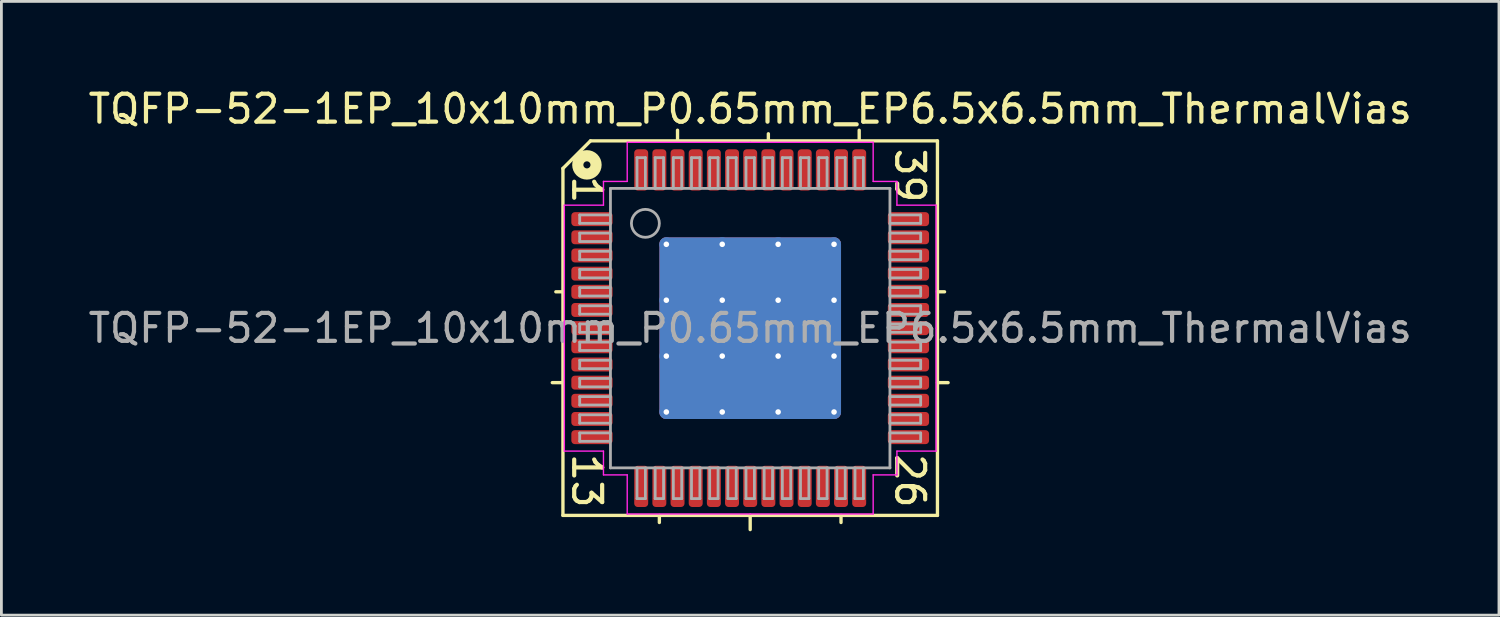
<source format=kicad_pcb>
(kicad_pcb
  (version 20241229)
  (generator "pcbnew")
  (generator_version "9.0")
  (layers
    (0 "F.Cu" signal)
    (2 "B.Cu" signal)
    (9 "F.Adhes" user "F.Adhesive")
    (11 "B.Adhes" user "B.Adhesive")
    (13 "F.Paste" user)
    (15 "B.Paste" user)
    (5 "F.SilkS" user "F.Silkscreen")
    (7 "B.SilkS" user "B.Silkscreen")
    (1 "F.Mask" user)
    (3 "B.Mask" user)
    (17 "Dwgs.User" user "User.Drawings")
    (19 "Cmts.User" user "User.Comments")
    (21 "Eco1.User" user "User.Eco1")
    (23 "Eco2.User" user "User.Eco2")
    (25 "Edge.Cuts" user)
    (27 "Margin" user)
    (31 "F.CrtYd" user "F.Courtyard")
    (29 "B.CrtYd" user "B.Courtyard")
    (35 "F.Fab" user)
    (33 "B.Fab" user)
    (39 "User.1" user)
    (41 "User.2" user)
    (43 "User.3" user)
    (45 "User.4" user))
  (footprint "TQFP-52-1EP_10x10mm_P0.65mm_EP6.5x6.5mm_ThermalVias"
    (layer "F.Cu")
    (at 23.792 8.691)
    (property "Reference" "TQFP-52-1EP_10x10mm_P0.65mm_EP6.5x6.5mm_ThermalVias" (at 0 -7.843 0) (layer "F.SilkS") (effects (font (size 1 1) (thickness 0.15))))
    (attr smd)
    (fp_line (start -6.7 -5.715) (end -6.7 6.7) (stroke (width 0.12) (type solid)) (layer "F.SilkS"))
    (fp_line (start -6.7 -1.3) (end -6.954 -1.3) (stroke (width 0.12) (type solid)) (layer "F.SilkS"))
    (fp_line (start -6.7 1.95) (end -7.081 1.95) (stroke (width 0.12) (type solid)) (layer "F.SilkS"))
    (fp_line (start -6.7 6.7) (end 6.7 6.7) (stroke (width 0.12) (type solid)) (layer "F.SilkS"))
    (fp_line (start -5.715 -6.7) (end -6.7 -5.715) (stroke (width 0.12) (type solid)) (layer "F.SilkS"))
    (fp_line (start -3.25 6.7) (end -3.25 6.954) (stroke (width 0.12) (type solid)) (layer "F.SilkS"))
    (fp_line (start -2.6 -6.7) (end -2.6 -7.081) (stroke (width 0.12) (type solid)) (layer "F.SilkS"))
    (fp_line (start 0 6.7) (end 0 7.208) (stroke (width 0.12) (type solid)) (layer "F.SilkS"))
    (fp_line (start 0.65 -6.7) (end 0.65 -6.954) (stroke (width 0.12) (type solid)) (layer "F.SilkS"))
    (fp_line (start 3.25 6.7) (end 3.25 6.954) (stroke (width 0.12) (type solid)) (layer "F.SilkS"))
    (fp_line (start 3.9 -6.7) (end 3.9 -7.081) (stroke (width 0.12) (type solid)) (layer "F.SilkS"))
    (fp_line (start 6.7 -6.7) (end -5.715 -6.7) (stroke (width 0.12) (type solid)) (layer "F.SilkS"))
    (fp_line (start 6.7 -1.3) (end 6.954 -1.3) (stroke (width 0.12) (type solid)) (layer "F.SilkS"))
    (fp_line (start 6.7 1.95) (end 7.081 1.95) (stroke (width 0.12) (type solid)) (layer "F.SilkS"))
    (fp_line (start 6.7 6.7) (end 6.7 -6.7) (stroke (width 0.12) (type solid)) (layer "F.SilkS"))
    (fp_circle (center -5.842 -5.842) (end -5.715 -5.842) (stroke (width 0.4) (type solid)) (fill no) (layer "F.SilkS"))
    (fp_line (start -6.65 -4.4) (end -6.65 0) (stroke (width 0.05) (type solid)) (layer "F.CrtYd"))
    (fp_line (start -6.65 4.4) (end -6.65 0) (stroke (width 0.05) (type solid)) (layer "F.CrtYd"))
    (fp_line (start -5.25 -5.25) (end -5.25 -4.4) (stroke (width 0.05) (type solid)) (layer "F.CrtYd"))
    (fp_line (start -5.25 -4.4) (end -6.65 -4.4) (stroke (width 0.05) (type solid)) (layer "F.CrtYd"))
    (fp_line (start -5.25 4.4) (end -6.65 4.4) (stroke (width 0.05) (type solid)) (layer "F.CrtYd"))
    (fp_line (start -5.25 5.25) (end -5.25 4.4) (stroke (width 0.05) (type solid)) (layer "F.CrtYd"))
    (fp_line (start -4.4 -6.65) (end -4.4 -5.25) (stroke (width 0.05) (type solid)) (layer "F.CrtYd"))
    (fp_line (start -4.4 -5.25) (end -5.25 -5.25) (stroke (width 0.05) (type solid)) (layer "F.CrtYd"))
    (fp_line (start -4.4 5.25) (end -5.25 5.25) (stroke (width 0.05) (type solid)) (layer "F.CrtYd"))
    (fp_line (start -4.4 6.65) (end -4.4 5.25) (stroke (width 0.05) (type solid)) (layer "F.CrtYd"))
    (fp_line (start 0 -6.65) (end -4.4 -6.65) (stroke (width 0.05) (type solid)) (layer "F.CrtYd"))
    (fp_line (start 0 -6.65) (end 4.4 -6.65) (stroke (width 0.05) (type solid)) (layer "F.CrtYd"))
    (fp_line (start 0 6.65) (end -4.4 6.65) (stroke (width 0.05) (type solid)) (layer "F.CrtYd"))
    (fp_line (start 0 6.65) (end 4.4 6.65) (stroke (width 0.05) (type solid)) (layer "F.CrtYd"))
    (fp_line (start 4.4 -6.65) (end 4.4 -5.25) (stroke (width 0.05) (type solid)) (layer "F.CrtYd"))
    (fp_line (start 4.4 -5.25) (end 5.25 -5.25) (stroke (width 0.05) (type solid)) (layer "F.CrtYd"))
    (fp_line (start 4.4 5.25) (end 5.25 5.25) (stroke (width 0.05) (type solid)) (layer "F.CrtYd"))
    (fp_line (start 4.4 6.65) (end 4.4 5.25) (stroke (width 0.05) (type solid)) (layer "F.CrtYd"))
    (fp_line (start 5.25 -5.25) (end 5.25 -4.4) (stroke (width 0.05) (type solid)) (layer "F.CrtYd"))
    (fp_line (start 5.25 -4.4) (end 6.65 -4.4) (stroke (width 0.05) (type solid)) (layer "F.CrtYd"))
    (fp_line (start 5.25 4.4) (end 6.65 4.4) (stroke (width 0.05) (type solid)) (layer "F.CrtYd"))
    (fp_line (start 5.25 5.25) (end 5.25 4.4) (stroke (width 0.05) (type solid)) (layer "F.CrtYd"))
    (fp_line (start 6.65 -4.4) (end 6.65 0) (stroke (width 0.05) (type solid)) (layer "F.CrtYd"))
    (fp_line (start 6.65 4.4) (end 6.65 0) (stroke (width 0.05) (type solid)) (layer "F.CrtYd"))
    (fp_line (start -6.1 -4.05) (end -6.1 -3.75) (stroke (width 0.1) (type solid)) (layer "F.Fab"))
    (fp_line (start -6.1 -4.05) (end -5 -4.05) (stroke (width 0.1) (type solid)) (layer "F.Fab"))
    (fp_line (start -6.1 -3.75) (end -5 -3.75) (stroke (width 0.1) (type solid)) (layer "F.Fab"))
    (fp_line (start -6.1 -3.4) (end -6.1 -3.1) (stroke (width 0.1) (type solid)) (layer "F.Fab"))
    (fp_line (start -6.1 -3.4) (end -5 -3.4) (stroke (width 0.1) (type solid)) (layer "F.Fab"))
    (fp_line (start -6.1 -3.1) (end -5 -3.1) (stroke (width 0.1) (type solid)) (layer "F.Fab"))
    (fp_line (start -6.1 -2.75) (end -6.1 -2.45) (stroke (width 0.1) (type solid)) (layer "F.Fab"))
    (fp_line (start -6.1 -2.75) (end -5 -2.75) (stroke (width 0.1) (type solid)) (layer "F.Fab"))
    (fp_line (start -6.1 -2.45) (end -5 -2.45) (stroke (width 0.1) (type solid)) (layer "F.Fab"))
    (fp_line (start -6.1 -2.1) (end -6.1 -1.8) (stroke (width 0.1) (type solid)) (layer "F.Fab"))
    (fp_line (start -6.1 -2.1) (end -5 -2.1) (stroke (width 0.1) (type solid)) (layer "F.Fab"))
    (fp_line (start -6.1 -1.8) (end -5 -1.8) (stroke (width 0.1) (type solid)) (layer "F.Fab"))
    (fp_line (start -6.1 -1.45) (end -6.1 -1.15) (stroke (width 0.1) (type solid)) (layer "F.Fab"))
    (fp_line (start -6.1 -1.45) (end -5 -1.45) (stroke (width 0.1) (type solid)) (layer "F.Fab"))
    (fp_line (start -6.1 -1.15) (end -5 -1.15) (stroke (width 0.1) (type solid)) (layer "F.Fab"))
    (fp_line (start -6.1 -0.8) (end -6.1 -0.5) (stroke (width 0.1) (type solid)) (layer "F.Fab"))
    (fp_line (start -6.1 -0.8) (end -5 -0.8) (stroke (width 0.1) (type solid)) (layer "F.Fab"))
    (fp_line (start -6.1 -0.5) (end -5 -0.5) (stroke (width 0.1) (type solid)) (layer "F.Fab"))
    (fp_line (start -6.1 -0.15) (end -6.1 0.15) (stroke (width 0.1) (type solid)) (layer "F.Fab"))
    (fp_line (start -6.1 -0.15) (end -5 -0.15) (stroke (width 0.1) (type solid)) (layer "F.Fab"))
    (fp_line (start -6.1 0.15) (end -5 0.15) (stroke (width 0.1) (type solid)) (layer "F.Fab"))
    (fp_line (start -6.1 0.5) (end -6.1 0.8) (stroke (width 0.1) (type solid)) (layer "F.Fab"))
    (fp_line (start -6.1 0.5) (end -5 0.5) (stroke (width 0.1) (type solid)) (layer "F.Fab"))
    (fp_line (start -6.1 0.8) (end -5 0.8) (stroke (width 0.1) (type solid)) (layer "F.Fab"))
    (fp_line (start -6.1 1.15) (end -6.1 1.45) (stroke (width 0.1) (type solid)) (layer "F.Fab"))
    (fp_line (start -6.1 1.15) (end -5 1.15) (stroke (width 0.1) (type solid)) (layer "F.Fab"))
    (fp_line (start -6.1 1.45) (end -5 1.45) (stroke (width 0.1) (type solid)) (layer "F.Fab"))
    (fp_line (start -6.1 1.8) (end -6.1 2.1) (stroke (width 0.1) (type solid)) (layer "F.Fab"))
    (fp_line (start -6.1 1.8) (end -5 1.8) (stroke (width 0.1) (type solid)) (layer "F.Fab"))
    (fp_line (start -6.1 2.1) (end -5 2.1) (stroke (width 0.1) (type solid)) (layer "F.Fab"))
    (fp_line (start -6.1 2.45) (end -6.1 2.75) (stroke (width 0.1) (type solid)) (layer "F.Fab"))
    (fp_line (start -6.1 2.45) (end -5 2.45) (stroke (width 0.1) (type solid)) (layer "F.Fab"))
    (fp_line (start -6.1 2.75) (end -5 2.75) (stroke (width 0.1) (type solid)) (layer "F.Fab"))
    (fp_line (start -6.1 3.1) (end -6.1 3.4) (stroke (width 0.1) (type solid)) (layer "F.Fab"))
    (fp_line (start -6.1 3.1) (end -5 3.1) (stroke (width 0.1) (type solid)) (layer "F.Fab"))
    (fp_line (start -6.1 3.4) (end -5 3.4) (stroke (width 0.1) (type solid)) (layer "F.Fab"))
    (fp_line (start -6.1 3.75) (end -6.1 4.05) (stroke (width 0.1) (type solid)) (layer "F.Fab"))
    (fp_line (start -6.1 3.75) (end -5 3.75) (stroke (width 0.1) (type solid)) (layer "F.Fab"))
    (fp_line (start -6.1 4.05) (end -5 4.05) (stroke (width 0.1) (type solid)) (layer "F.Fab"))
    (fp_line (start -5 -5) (end 5 -5) (stroke (width 0.1) (type solid)) (layer "F.Fab"))
    (fp_line (start -5 5) (end -5 -5) (stroke (width 0.1) (type solid)) (layer "F.Fab"))
    (fp_line (start -4.05 -6.1) (end -4.05 -5) (stroke (width 0.1) (type solid)) (layer "F.Fab"))
    (fp_line (start -4.05 6.1) (end -4.05 5) (stroke (width 0.1) (type solid)) (layer "F.Fab"))
    (fp_line (start -4.05 6.1) (end -3.75 6.1) (stroke (width 0.1) (type solid)) (layer "F.Fab"))
    (fp_line (start -3.75 -6.1) (end -4.05 -6.1) (stroke (width 0.1) (type solid)) (layer "F.Fab"))
    (fp_line (start -3.75 -6.1) (end -3.75 -5) (stroke (width 0.1) (type solid)) (layer "F.Fab"))
    (fp_line (start -3.75 6.1) (end -3.75 5) (stroke (width 0.1) (type solid)) (layer "F.Fab"))
    (fp_line (start -3.4 -6.1) (end -3.4 -5) (stroke (width 0.1) (type solid)) (layer "F.Fab"))
    (fp_line (start -3.4 6.1) (end -3.4 5) (stroke (width 0.1) (type solid)) (layer "F.Fab"))
    (fp_line (start -3.4 6.1) (end -3.1 6.1) (stroke (width 0.1) (type solid)) (layer "F.Fab"))
    (fp_line (start -3.1 -6.1) (end -3.4 -6.1) (stroke (width 0.1) (type solid)) (layer "F.Fab"))
    (fp_line (start -3.1 -6.1) (end -3.1 -5) (stroke (width 0.1) (type solid)) (layer "F.Fab"))
    (fp_line (start -3.1 6.1) (end -3.1 5) (stroke (width 0.1) (type solid)) (layer "F.Fab"))
    (fp_line (start -2.75 -6.1) (end -2.75 -5) (stroke (width 0.1) (type solid)) (layer "F.Fab"))
    (fp_line (start -2.75 6.1) (end -2.75 5) (stroke (width 0.1) (type solid)) (layer "F.Fab"))
    (fp_line (start -2.75 6.1) (end -2.45 6.1) (stroke (width 0.1) (type solid)) (layer "F.Fab"))
    (fp_line (start -2.45 -6.1) (end -2.75 -6.1) (stroke (width 0.1) (type solid)) (layer "F.Fab"))
    (fp_line (start -2.45 -6.1) (end -2.45 -5) (stroke (width 0.1) (type solid)) (layer "F.Fab"))
    (fp_line (start -2.45 6.1) (end -2.45 5) (stroke (width 0.1) (type solid)) (layer "F.Fab"))
    (fp_line (start -2.1 -6.1) (end -2.1 -5) (stroke (width 0.1) (type solid)) (layer "F.Fab"))
    (fp_line (start -2.1 6.1) (end -2.1 5) (stroke (width 0.1) (type solid)) (layer "F.Fab"))
    (fp_line (start -2.1 6.1) (end -1.8 6.1) (stroke (width 0.1) (type solid)) (layer "F.Fab"))
    (fp_line (start -1.8 -6.1) (end -2.1 -6.1) (stroke (width 0.1) (type solid)) (layer "F.Fab"))
    (fp_line (start -1.8 -6.1) (end -1.8 -5) (stroke (width 0.1) (type solid)) (layer "F.Fab"))
    (fp_line (start -1.8 6.1) (end -1.8 5) (stroke (width 0.1) (type solid)) (layer "F.Fab"))
    (fp_line (start -1.45 -6.1) (end -1.45 -5) (stroke (width 0.1) (type solid)) (layer "F.Fab"))
    (fp_line (start -1.45 6.1) (end -1.45 5) (stroke (width 0.1) (type solid)) (layer "F.Fab"))
    (fp_line (start -1.45 6.1) (end -1.15 6.1) (stroke (width 0.1) (type solid)) (layer "F.Fab"))
    (fp_line (start -1.15 -6.1) (end -1.45 -6.1) (stroke (width 0.1) (type solid)) (layer "F.Fab"))
    (fp_line (start -1.15 -6.1) (end -1.15 -5) (stroke (width 0.1) (type solid)) (layer "F.Fab"))
    (fp_line (start -1.15 6.1) (end -1.15 5) (stroke (width 0.1) (type solid)) (layer "F.Fab"))
    (fp_line (start -0.8 -6.1) (end -0.8 -5) (stroke (width 0.1) (type solid)) (layer "F.Fab"))
    (fp_line (start -0.8 6.1) (end -0.8 5) (stroke (width 0.1) (type solid)) (layer "F.Fab"))
    (fp_line (start -0.8 6.1) (end -0.5 6.1) (stroke (width 0.1) (type solid)) (layer "F.Fab"))
    (fp_line (start -0.5 -6.1) (end -0.8 -6.1) (stroke (width 0.1) (type solid)) (layer "F.Fab"))
    (fp_line (start -0.5 -6.1) (end -0.5 -5) (stroke (width 0.1) (type solid)) (layer "F.Fab"))
    (fp_line (start -0.5 6.1) (end -0.5 5) (stroke (width 0.1) (type solid)) (layer "F.Fab"))
    (fp_line (start -0.15 -6.1) (end -0.15 -5) (stroke (width 0.1) (type solid)) (layer "F.Fab"))
    (fp_line (start -0.15 6.1) (end -0.15 5) (stroke (width 0.1) (type solid)) (layer "F.Fab"))
    (fp_line (start -0.15 6.1) (end 0.15 6.1) (stroke (width 0.1) (type solid)) (layer "F.Fab"))
    (fp_line (start 0.15 -6.1) (end -0.15 -6.1) (stroke (width 0.1) (type solid)) (layer "F.Fab"))
    (fp_line (start 0.15 -6.1) (end 0.15 -5) (stroke (width 0.1) (type solid)) (layer "F.Fab"))
    (fp_line (start 0.15 6.1) (end 0.15 5) (stroke (width 0.1) (type solid)) (layer "F.Fab"))
    (fp_line (start 0.5 -6.1) (end 0.5 -5) (stroke (width 0.1) (type solid)) (layer "F.Fab"))
    (fp_line (start 0.5 6.1) (end 0.5 5) (stroke (width 0.1) (type solid)) (layer "F.Fab"))
    (fp_line (start 0.5 6.1) (end 0.8 6.1) (stroke (width 0.1) (type solid)) (layer "F.Fab"))
    (fp_line (start 0.8 -6.1) (end 0.5 -6.1) (stroke (width 0.1) (type solid)) (layer "F.Fab"))
    (fp_line (start 0.8 -6.1) (end 0.8 -5) (stroke (width 0.1) (type solid)) (layer "F.Fab"))
    (fp_line (start 0.8 6.1) (end 0.8 5) (stroke (width 0.1) (type solid)) (layer "F.Fab"))
    (fp_line (start 1.15 -6.1) (end 1.15 -5) (stroke (width 0.1) (type solid)) (layer "F.Fab"))
    (fp_line (start 1.15 6.1) (end 1.15 5) (stroke (width 0.1) (type solid)) (layer "F.Fab"))
    (fp_line (start 1.15 6.1) (end 1.45 6.1) (stroke (width 0.1) (type solid)) (layer "F.Fab"))
    (fp_line (start 1.45 -6.1) (end 1.15 -6.1) (stroke (width 0.1) (type solid)) (layer "F.Fab"))
    (fp_line (start 1.45 -6.1) (end 1.45 -5) (stroke (width 0.1) (type solid)) (layer "F.Fab"))
    (fp_line (start 1.45 6.1) (end 1.45 5) (stroke (width 0.1) (type solid)) (layer "F.Fab"))
    (fp_line (start 1.8 -6.1) (end 1.8 -5) (stroke (width 0.1) (type solid)) (layer "F.Fab"))
    (fp_line (start 1.8 6.1) (end 1.8 5) (stroke (width 0.1) (type solid)) (layer "F.Fab"))
    (fp_line (start 1.8 6.1) (end 2.1 6.1) (stroke (width 0.1) (type solid)) (layer "F.Fab"))
    (fp_line (start 2.1 -6.1) (end 1.8 -6.1) (stroke (width 0.1) (type solid)) (layer "F.Fab"))
    (fp_line (start 2.1 -6.1) (end 2.1 -5) (stroke (width 0.1) (type solid)) (layer "F.Fab"))
    (fp_line (start 2.1 6.1) (end 2.1 5) (stroke (width 0.1) (type solid)) (layer "F.Fab"))
    (fp_line (start 2.45 -6.1) (end 2.45 -5) (stroke (width 0.1) (type solid)) (layer "F.Fab"))
    (fp_line (start 2.45 6.1) (end 2.45 5) (stroke (width 0.1) (type solid)) (layer "F.Fab"))
    (fp_line (start 2.45 6.1) (end 2.75 6.1) (stroke (width 0.1) (type solid)) (layer "F.Fab"))
    (fp_line (start 2.75 -6.1) (end 2.45 -6.1) (stroke (width 0.1) (type solid)) (layer "F.Fab"))
    (fp_line (start 2.75 -6.1) (end 2.75 -5) (stroke (width 0.1) (type solid)) (layer "F.Fab"))
    (fp_line (start 2.75 6.1) (end 2.75 5) (stroke (width 0.1) (type solid)) (layer "F.Fab"))
    (fp_line (start 3.1 -6.1) (end 3.1 -5) (stroke (width 0.1) (type solid)) (layer "F.Fab"))
    (fp_line (start 3.1 6.1) (end 3.1 5) (stroke (width 0.1) (type solid)) (layer "F.Fab"))
    (fp_line (start 3.1 6.1) (end 3.4 6.1) (stroke (width 0.1) (type solid)) (layer "F.Fab"))
    (fp_line (start 3.4 -6.1) (end 3.1 -6.1) (stroke (width 0.1) (type solid)) (layer "F.Fab"))
    (fp_line (start 3.4 -6.1) (end 3.4 -5) (stroke (width 0.1) (type solid)) (layer "F.Fab"))
    (fp_line (start 3.4 6.1) (end 3.4 5) (stroke (width 0.1) (type solid)) (layer "F.Fab"))
    (fp_line (start 3.75 -6.1) (end 3.75 -5) (stroke (width 0.1) (type solid)) (layer "F.Fab"))
    (fp_line (start 3.75 6.1) (end 3.75 5) (stroke (width 0.1) (type solid)) (layer "F.Fab"))
    (fp_line (start 3.75 6.1) (end 4.05 6.1) (stroke (width 0.1) (type solid)) (layer "F.Fab"))
    (fp_line (start 4.05 -6.1) (end 3.75 -6.1) (stroke (width 0.1) (type solid)) (layer "F.Fab"))
    (fp_line (start 4.05 -6.1) (end 4.05 -5) (stroke (width 0.1) (type solid)) (layer "F.Fab"))
    (fp_line (start 4.05 6.1) (end 4.05 5) (stroke (width 0.1) (type solid)) (layer "F.Fab"))
    (fp_line (start 5 -5) (end 5 5) (stroke (width 0.1) (type solid)) (layer "F.Fab"))
    (fp_line (start 5 5) (end -5 5) (stroke (width 0.1) (type solid)) (layer "F.Fab"))
    (fp_line (start 6.1 -4.05) (end 5 -4.05) (stroke (width 0.1) (type solid)) (layer "F.Fab"))
    (fp_line (start 6.1 -3.75) (end 5 -3.75) (stroke (width 0.1) (type solid)) (layer "F.Fab"))
    (fp_line (start 6.1 -3.75) (end 6.1 -4.05) (stroke (width 0.1) (type solid)) (layer "F.Fab"))
    (fp_line (start 6.1 -3.4) (end 5 -3.4) (stroke (width 0.1) (type solid)) (layer "F.Fab"))
    (fp_line (start 6.1 -3.1) (end 5 -3.1) (stroke (width 0.1) (type solid)) (layer "F.Fab"))
    (fp_line (start 6.1 -3.1) (end 6.1 -3.4) (stroke (width 0.1) (type solid)) (layer "F.Fab"))
    (fp_line (start 6.1 -2.75) (end 5 -2.75) (stroke (width 0.1) (type solid)) (layer "F.Fab"))
    (fp_line (start 6.1 -2.45) (end 5 -2.45) (stroke (width 0.1) (type solid)) (layer "F.Fab"))
    (fp_line (start 6.1 -2.45) (end 6.1 -2.75) (stroke (width 0.1) (type solid)) (layer "F.Fab"))
    (fp_line (start 6.1 -2.1) (end 5 -2.1) (stroke (width 0.1) (type solid)) (layer "F.Fab"))
    (fp_line (start 6.1 -1.8) (end 5 -1.8) (stroke (width 0.1) (type solid)) (layer "F.Fab"))
    (fp_line (start 6.1 -1.8) (end 6.1 -2.1) (stroke (width 0.1) (type solid)) (layer "F.Fab"))
    (fp_line (start 6.1 -1.45) (end 5 -1.45) (stroke (width 0.1) (type solid)) (layer "F.Fab"))
    (fp_line (start 6.1 -1.15) (end 5 -1.15) (stroke (width 0.1) (type solid)) (layer "F.Fab"))
    (fp_line (start 6.1 -1.15) (end 6.1 -1.45) (stroke (width 0.1) (type solid)) (layer "F.Fab"))
    (fp_line (start 6.1 -0.8) (end 5 -0.8) (stroke (width 0.1) (type solid)) (layer "F.Fab"))
    (fp_line (start 6.1 -0.5) (end 5 -0.5) (stroke (width 0.1) (type solid)) (layer "F.Fab"))
    (fp_line (start 6.1 -0.5) (end 6.1 -0.8) (stroke (width 0.1) (type solid)) (layer "F.Fab"))
    (fp_line (start 6.1 -0.15) (end 5 -0.15) (stroke (width 0.1) (type solid)) (layer "F.Fab"))
    (fp_line (start 6.1 0.15) (end 5 0.15) (stroke (width 0.1) (type solid)) (layer "F.Fab"))
    (fp_line (start 6.1 0.15) (end 6.1 -0.15) (stroke (width 0.1) (type solid)) (layer "F.Fab"))
    (fp_line (start 6.1 0.5) (end 5 0.5) (stroke (width 0.1) (type solid)) (layer "F.Fab"))
    (fp_line (start 6.1 0.8) (end 5 0.8) (stroke (width 0.1) (type solid)) (layer "F.Fab"))
    (fp_line (start 6.1 0.8) (end 6.1 0.5) (stroke (width 0.1) (type solid)) (layer "F.Fab"))
    (fp_line (start 6.1 1.15) (end 5 1.15) (stroke (width 0.1) (type solid)) (layer "F.Fab"))
    (fp_line (start 6.1 1.45) (end 5 1.45) (stroke (width 0.1) (type solid)) (layer "F.Fab"))
    (fp_line (start 6.1 1.45) (end 6.1 1.15) (stroke (width 0.1) (type solid)) (layer "F.Fab"))
    (fp_line (start 6.1 1.8) (end 5 1.8) (stroke (width 0.1) (type solid)) (layer "F.Fab"))
    (fp_line (start 6.1 2.1) (end 5 2.1) (stroke (width 0.1) (type solid)) (layer "F.Fab"))
    (fp_line (start 6.1 2.1) (end 6.1 1.8) (stroke (width 0.1) (type solid)) (layer "F.Fab"))
    (fp_line (start 6.1 2.45) (end 5 2.45) (stroke (width 0.1) (type solid)) (layer "F.Fab"))
    (fp_line (start 6.1 2.75) (end 5 2.75) (stroke (width 0.1) (type solid)) (layer "F.Fab"))
    (fp_line (start 6.1 2.75) (end 6.1 2.45) (stroke (width 0.1) (type solid)) (layer "F.Fab"))
    (fp_line (start 6.1 3.1) (end 5 3.1) (stroke (width 0.1) (type solid)) (layer "F.Fab"))
    (fp_line (start 6.1 3.4) (end 5 3.4) (stroke (width 0.1) (type solid)) (layer "F.Fab"))
    (fp_line (start 6.1 3.4) (end 6.1 3.1) (stroke (width 0.1) (type solid)) (layer "F.Fab"))
    (fp_line (start 6.1 3.75) (end 5 3.75) (stroke (width 0.1) (type solid)) (layer "F.Fab"))
    (fp_line (start 6.1 4.05) (end 5 4.05) (stroke (width 0.1) (type solid)) (layer "F.Fab"))
    (fp_line (start 6.1 4.05) (end 6.1 3.75) (stroke (width 0.1) (type solid)) (layer "F.Fab"))
    (fp_circle (center -3.75 -3.75) (end -3.25 -3.75) (stroke (width 0.1) (type solid)) (fill no) (layer "F.Fab"))
    (fp_text user "1" (at -5.842 -4.953 270) (unlocked yes) (layer "F.SilkS") (effects (font (size 1 1) (thickness 0.15))))
    (fp_text user "26" (at 5.715 5.461 270) (unlocked yes) (layer "F.SilkS") (effects (font (size 1 1) (thickness 0.15))))
    (fp_text user "13" (at -5.842 5.461 270) (unlocked yes) (layer "F.SilkS") (effects (font (size 1 1) (thickness 0.15))))
    (fp_text user "39" (at 5.715 -5.461 270) (unlocked yes) (layer "F.SilkS") (effects (font (size 1 1) (thickness 0.15))))
    (fp_text user "${REFERENCE}" (at 0 0 0) (layer "F.Fab") (effects (font (size 1 1) (thickness 0.15))))
    (pad "" smd roundrect (at -2 -2) (size 1.747 1.747) (layers "F.Paste") (roundrect_rratio 0.143))
    (pad "" smd roundrect (at -2 0) (size 1.747 1.747) (layers "F.Paste") (roundrect_rratio 0.143))
    (pad "" smd roundrect (at -2 2) (size 1.747 1.747) (layers "F.Paste") (roundrect_rratio 0.143))
    (pad "" smd roundrect (at 0 -2) (size 1.747 1.747) (layers "F.Paste") (roundrect_rratio 0.143))
    (pad "" smd roundrect (at 0 0) (size 1.747 1.747) (layers "F.Paste") (roundrect_rratio 0.143))
    (pad "" smd roundrect (at 0 2) (size 1.747 1.747) (layers "F.Paste") (roundrect_rratio 0.143))
    (pad "" smd roundrect (at 2 -2) (size 1.747 1.747) (layers "F.Paste") (roundrect_rratio 0.143))
    (pad "" smd roundrect (at 2 0) (size 1.747 1.747) (layers "F.Paste") (roundrect_rratio 0.143))
    (pad "" smd roundrect (at 2 2) (size 1.747 1.747) (layers "F.Paste") (roundrect_rratio 0.143))
    (pad "1" smd roundrect (at -5.662 -3.9) (size 1.475 0.5) (layers "F.Cu" "F.Mask" "F.Paste") (roundrect_rratio 0.25))
    (pad "2" smd roundrect (at -5.662 -3.25) (size 1.475 0.5) (layers "F.Cu" "F.Mask" "F.Paste") (roundrect_rratio 0.25))
    (pad "3" smd roundrect (at -5.662 -2.6) (size 1.475 0.5) (layers "F.Cu" "F.Mask" "F.Paste") (roundrect_rratio 0.25))
    (pad "4" smd roundrect (at -5.662 -1.95) (size 1.475 0.5) (layers "F.Cu" "F.Mask" "F.Paste") (roundrect_rratio 0.25))
    (pad "5" smd roundrect (at -5.662 -1.3) (size 1.475 0.5) (layers "F.Cu" "F.Mask" "F.Paste") (roundrect_rratio 0.25))
    (pad "6" smd roundrect (at -5.662 -0.65) (size 1.475 0.5) (layers "F.Cu" "F.Mask" "F.Paste") (roundrect_rratio 0.25))
    (pad "7" smd roundrect (at -5.662 0) (size 1.475 0.5) (layers "F.Cu" "F.Mask" "F.Paste") (roundrect_rratio 0.25))
    (pad "8" smd roundrect (at -5.662 0.65) (size 1.475 0.5) (layers "F.Cu" "F.Mask" "F.Paste") (roundrect_rratio 0.25))
    (pad "9" smd roundrect (at -5.662 1.3) (size 1.475 0.5) (layers "F.Cu" "F.Mask" "F.Paste") (roundrect_rratio 0.25))
    (pad "10" smd roundrect (at -5.662 1.95) (size 1.475 0.5) (layers "F.Cu" "F.Mask" "F.Paste") (roundrect_rratio 0.25))
    (pad "11" smd roundrect (at -5.662 2.6) (size 1.475 0.5) (layers "F.Cu" "F.Mask" "F.Paste") (roundrect_rratio 0.25))
    (pad "12" smd roundrect (at -5.662 3.25) (size 1.475 0.5) (layers "F.Cu" "F.Mask" "F.Paste") (roundrect_rratio 0.25))
    (pad "13" smd roundrect (at -5.662 3.9) (size 1.475 0.5) (layers "F.Cu" "F.Mask" "F.Paste") (roundrect_rratio 0.25))
    (pad "14" smd roundrect (at -3.9 5.662) (size 0.5 1.475) (layers "F.Cu" "F.Mask" "F.Paste") (roundrect_rratio 0.25))
    (pad "15" smd roundrect (at -3.25 5.662) (size 0.5 1.475) (layers "F.Cu" "F.Mask" "F.Paste") (roundrect_rratio 0.25))
    (pad "16" smd roundrect (at -2.6 5.662) (size 0.5 1.475) (layers "F.Cu" "F.Mask" "F.Paste") (roundrect_rratio 0.25))
    (pad "17" smd roundrect (at -1.95 5.662) (size 0.5 1.475) (layers "F.Cu" "F.Mask" "F.Paste") (roundrect_rratio 0.25))
    (pad "18" smd roundrect (at -1.3 5.662) (size 0.5 1.475) (layers "F.Cu" "F.Mask" "F.Paste") (roundrect_rratio 0.25))
    (pad "19" smd roundrect (at -0.65 5.662) (size 0.5 1.475) (layers "F.Cu" "F.Mask" "F.Paste") (roundrect_rratio 0.25))
    (pad "20" smd roundrect (at 0 5.662) (size 0.5 1.475) (layers "F.Cu" "F.Mask" "F.Paste") (roundrect_rratio 0.25))
    (pad "21" smd roundrect (at 0.65 5.662) (size 0.5 1.475) (layers "F.Cu" "F.Mask" "F.Paste") (roundrect_rratio 0.25))
    (pad "22" smd roundrect (at 1.3 5.662) (size 0.5 1.475) (layers "F.Cu" "F.Mask" "F.Paste") (roundrect_rratio 0.25))
    (pad "23" smd roundrect (at 1.95 5.662) (size 0.5 1.475) (layers "F.Cu" "F.Mask" "F.Paste") (roundrect_rratio 0.25))
    (pad "24" smd roundrect (at 2.6 5.662) (size 0.5 1.475) (layers "F.Cu" "F.Mask" "F.Paste") (roundrect_rratio 0.25))
    (pad "25" smd roundrect (at 3.25 5.662) (size 0.5 1.475) (layers "F.Cu" "F.Mask" "F.Paste") (roundrect_rratio 0.25))
    (pad "26" smd roundrect (at 3.9 5.662) (size 0.5 1.475) (layers "F.Cu" "F.Mask" "F.Paste") (roundrect_rratio 0.25))
    (pad "27" smd roundrect (at 5.662 3.9) (size 1.475 0.5) (layers "F.Cu" "F.Mask" "F.Paste") (roundrect_rratio 0.25))
    (pad "28" smd roundrect (at 5.662 3.25) (size 1.475 0.5) (layers "F.Cu" "F.Mask" "F.Paste") (roundrect_rratio 0.25))
    (pad "29" smd roundrect (at 5.662 2.6) (size 1.475 0.5) (layers "F.Cu" "F.Mask" "F.Paste") (roundrect_rratio 0.25))
    (pad "30" smd roundrect (at 5.662 1.95) (size 1.475 0.5) (layers "F.Cu" "F.Mask" "F.Paste") (roundrect_rratio 0.25))
    (pad "31" smd roundrect (at 5.662 1.3) (size 1.475 0.5) (layers "F.Cu" "F.Mask" "F.Paste") (roundrect_rratio 0.25))
    (pad "32" smd roundrect (at 5.662 0.65) (size 1.475 0.5) (layers "F.Cu" "F.Mask" "F.Paste") (roundrect_rratio 0.25))
    (pad "33" smd roundrect (at 5.662 0) (size 1.475 0.5) (layers "F.Cu" "F.Mask" "F.Paste") (roundrect_rratio 0.25))
    (pad "34" smd roundrect (at 5.662 -0.65) (size 1.475 0.5) (layers "F.Cu" "F.Mask" "F.Paste") (roundrect_rratio 0.25))
    (pad "35" smd roundrect (at 5.662 -1.3) (size 1.475 0.5) (layers "F.Cu" "F.Mask" "F.Paste") (roundrect_rratio 0.25))
    (pad "36" smd roundrect (at 5.662 -1.95) (size 1.475 0.5) (layers "F.Cu" "F.Mask" "F.Paste") (roundrect_rratio 0.25))
    (pad "37" smd roundrect (at 5.662 -2.6) (size 1.475 0.5) (layers "F.Cu" "F.Mask" "F.Paste") (roundrect_rratio 0.25))
    (pad "38" smd roundrect (at 5.662 -3.25) (size 1.475 0.5) (layers "F.Cu" "F.Mask" "F.Paste") (roundrect_rratio 0.25))
    (pad "39" smd roundrect (at 5.662 -3.9) (size 1.475 0.5) (layers "F.Cu" "F.Mask" "F.Paste") (roundrect_rratio 0.25))
    (pad "40" smd roundrect (at 3.9 -5.662) (size 0.5 1.475) (layers "F.Cu" "F.Mask" "F.Paste") (roundrect_rratio 0.25))
    (pad "41" smd roundrect (at 3.25 -5.662) (size 0.5 1.475) (layers "F.Cu" "F.Mask" "F.Paste") (roundrect_rratio 0.25))
    (pad "42" smd roundrect (at 2.6 -5.662) (size 0.5 1.475) (layers "F.Cu" "F.Mask" "F.Paste") (roundrect_rratio 0.25))
    (pad "43" smd roundrect (at 1.95 -5.662) (size 0.5 1.475) (layers "F.Cu" "F.Mask" "F.Paste") (roundrect_rratio 0.25))
    (pad "44" smd roundrect (at 1.3 -5.662) (size 0.5 1.475) (layers "F.Cu" "F.Mask" "F.Paste") (roundrect_rratio 0.25))
    (pad "45" smd roundrect (at 0.65 -5.662) (size 0.5 1.475) (layers "F.Cu" "F.Mask" "F.Paste") (roundrect_rratio 0.25))
    (pad "46" smd roundrect (at 0 -5.662) (size 0.5 1.475) (layers "F.Cu" "F.Mask" "F.Paste") (roundrect_rratio 0.25))
    (pad "47" smd roundrect (at -0.65 -5.662) (size 0.5 1.475) (layers "F.Cu" "F.Mask" "F.Paste") (roundrect_rratio 0.25))
    (pad "48" smd roundrect (at -1.3 -5.662) (size 0.5 1.475) (layers "F.Cu" "F.Mask" "F.Paste") (roundrect_rratio 0.25))
    (pad "49" smd roundrect (at -1.95 -5.662) (size 0.5 1.475) (layers "F.Cu" "F.Mask" "F.Paste") (roundrect_rratio 0.25))
    (pad "50" smd roundrect (at -2.6 -5.662) (size 0.5 1.475) (layers "F.Cu" "F.Mask" "F.Paste") (roundrect_rratio 0.25))
    (pad "51" smd roundrect (at -3.25 -5.662) (size 0.5 1.475) (layers "F.Cu" "F.Mask" "F.Paste") (roundrect_rratio 0.25))
    (pad "52" smd roundrect (at -3.9 -5.662) (size 0.5 1.475) (layers "F.Cu" "F.Mask" "F.Paste") (roundrect_rratio 0.25))
    (pad "53" thru_hole circle (at -3 -3) (size 0.5 0.5) (drill 0.2) (property pad_prop_heatsink) (layers "*.Cu"))
    (pad "53" thru_hole circle (at -3 -1) (size 0.5 0.5) (drill 0.2) (property pad_prop_heatsink) (layers "*.Cu"))
    (pad "53" thru_hole circle (at -3 1) (size 0.5 0.5) (drill 0.2) (property pad_prop_heatsink) (layers "*.Cu"))
    (pad "53" thru_hole circle (at -3 3) (size 0.5 0.5) (drill 0.2) (property pad_prop_heatsink) (layers "*.Cu"))
    (pad "53" thru_hole circle (at -1 -3) (size 0.5 0.5) (drill 0.2) (property pad_prop_heatsink) (layers "*.Cu"))
    (pad "53" thru_hole circle (at -1 -1) (size 0.5 0.5) (drill 0.2) (property pad_prop_heatsink) (layers "*.Cu"))
    (pad "53" thru_hole circle (at -1 1) (size 0.5 0.5) (drill 0.2) (property pad_prop_heatsink) (layers "*.Cu"))
    (pad "53" thru_hole circle (at -1 3) (size 0.5 0.5) (drill 0.2) (property pad_prop_heatsink) (layers "*.Cu"))
    (pad "53" smd roundrect (at 0 0) (size 6.5 6.5) (layers "F.Cu" "F.Mask") (roundrect_rratio 0.038))
    (pad "53" smd roundrect (at 0 0) (size 6.5 6.5) (layers "B.Cu" "B.Mask") (roundrect_rratio 0.038))
    (pad "53" thru_hole circle (at 1 -3) (size 0.5 0.5) (drill 0.2) (property pad_prop_heatsink) (layers "*.Cu"))
    (pad "53" thru_hole circle (at 1 -1) (size 0.5 0.5) (drill 0.2) (property pad_prop_heatsink) (layers "*.Cu"))
    (pad "53" thru_hole circle (at 1 1) (size 0.5 0.5) (drill 0.2) (property pad_prop_heatsink) (layers "*.Cu"))
    (pad "53" thru_hole circle (at 1 3) (size 0.5 0.5) (drill 0.2) (property pad_prop_heatsink) (layers "*.Cu"))
    (pad "53" thru_hole circle (at 3 -3) (size 0.5 0.5) (drill 0.2) (property pad_prop_heatsink) (layers "*.Cu"))
    (pad "53" thru_hole circle (at 3 -1) (size 0.5 0.5) (drill 0.2) (property pad_prop_heatsink) (layers "*.Cu"))
    (pad "53" thru_hole circle (at 3 1) (size 0.5 0.5) (drill 0.2) (property pad_prop_heatsink) (layers "*.Cu"))
    (pad "53" thru_hole circle (at 3 3) (size 0.5 0.5) (drill 0.2) (property pad_prop_heatsink) (layers "*.Cu")))
  (gr_rect
    (start -3 -3)
    (end 50.583 18.959)
    (stroke (width 0.1) (type default))
    (fill no)
    (layer "Edge.Cuts")))
</source>
